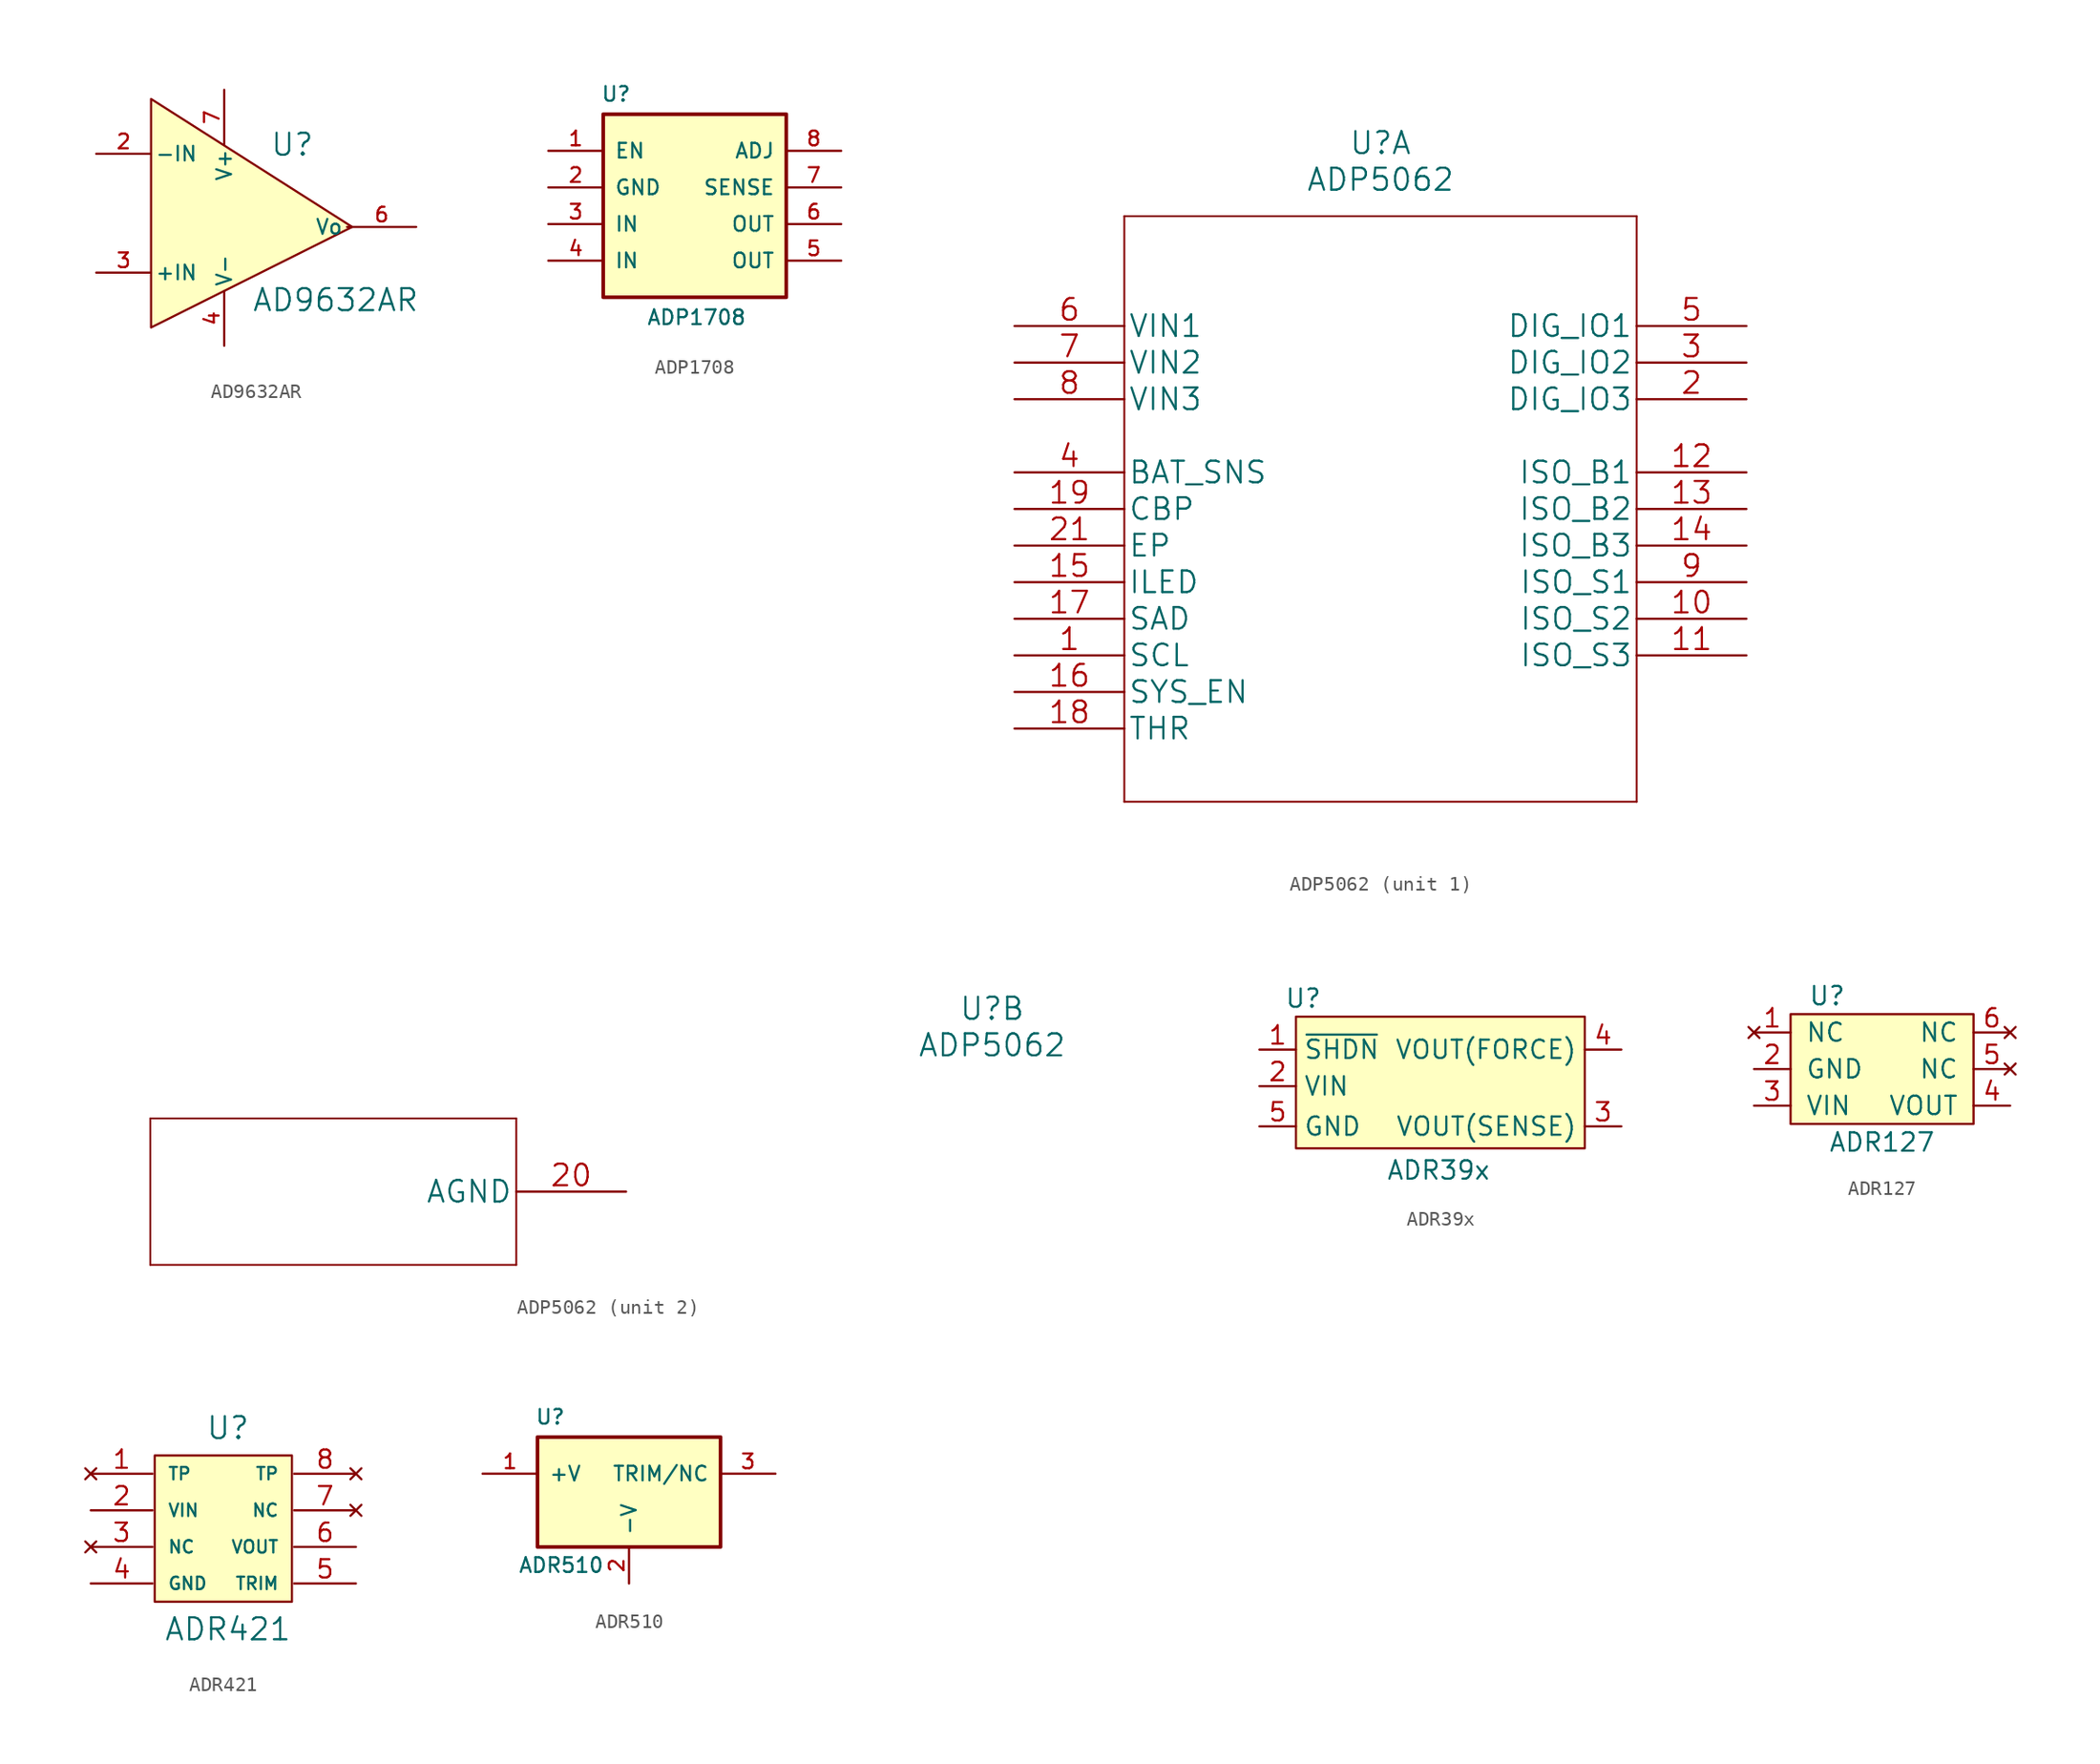
<source format=kicad_sym>
(kicad_symbol_lib
  (version 20220914)
  (generator kicad_symbol_editor)
  (symbol "AD9632AR"
    (pin_names
      (offset 0.254))
    (property "Reference" "U"
      (at 3.175 5.08 0)
      (effects (font (size 1.524 1.524)) (justify left)))
    (property "Value" "AD9632AR"
      (at 1.905 -5.715 0)
      (effects (font (size 1.524 1.524)) (justify left)))
    (property "Footprint" ""
      (at 2.54 -0.635 0)
      (effects (font (size 1.524 1.524))))
    (property "Datasheet" ""
      (at 2.54 -0.635 0)
      (effects (font (size 1.524 1.524))))
    (symbol "AD9632AR_0_1"
      (polyline (pts (xy -5.08 8.255) (xy 8.89 -0.635) (xy -5.08 -7.62) (xy -5.08 -0.635) (xy -5.08 8.255)) (stroke (width 0.152) (type solid)) (fill (type background)))
      (pin input line (at -8.89 4.445 0) (length 3.81) (name "-IN" (effects (font (size 1.016 1.016)))) (number "2" (effects (font (size 1.016 1.016)))))
      (pin input line (at -8.89 -3.81 0) (length 3.81) (name "+IN" (effects (font (size 1.016 1.016)))) (number "3" (effects (font (size 1.016 1.016)))))
      (pin passive line (at 0 -8.89 90) (length 3.81) (name "V-" (effects (font (size 1.016 1.016)))) (number "4" (effects (font (size 1.016 1.016)))))
      (pin input line (at 13.335 -0.635 180) (length 4.801) (name "Vo" (effects (font (size 1.016 1.016)))) (number "6" (effects (font (size 1.016 1.016)))))
      (pin passive line (at 0 8.89 270) (length 3.81) (name "V+" (effects (font (size 1.016 1.016)))) (number "7" (effects (font (size 1.016 1.016)))))))
  (symbol "ADP1708"
    (pin_names
      (offset 0.762))
    (property "Reference" "U"
      (at -5.461 5.207 0)
      (effects (font (size 1.016 1.016))))
    (property "Value" "ADP1708"
      (at 0.127 -10.287 0)
      (effects (font (size 1.016 1.016))))
    (property "Footprint" ""
      (at 0 0 0)
      (effects (font (size 1.524 1.524))))
    (property "Datasheet" ""
      (at 0 0 0)
      (effects (font (size 1.524 1.524))))
    (symbol "ADP1708_0_1"
      (rectangle (start -6.35 -8.89) (end 6.35 3.81) (stroke (width 0.254) (type solid)) (fill (type background))))
    (symbol "ADP1708_1_1"
      (pin power_in line (at -10.16 1.27 0) (length 3.81) (name "EN" (effects (font (size 1.016 1.016)))) (number "1" (effects (font (size 1.016 1.016)))))
      (pin power_out line (at -10.16 -1.27 0) (length 3.81) (name "GND" (effects (font (size 1.016 1.016)))) (number "2" (effects (font (size 1.016 1.016)))))
      (pin power_in line (at -10.16 -3.81 0) (length 3.81) (name "IN" (effects (font (size 1.016 1.016)))) (number "3" (effects (font (size 1.016 1.016)))))
      (pin power_in line (at -10.16 -6.35 0) (length 3.81) (name "IN" (effects (font (size 1.016 1.016)))) (number "4" (effects (font (size 1.016 1.016)))))
      (pin power_out line (at 10.16 -6.35 180) (length 3.81) (name "OUT" (effects (font (size 1.016 1.016)))) (number "5" (effects (font (size 1.016 1.016)))))
      (pin power_out line (at 10.16 -3.81 180) (length 3.81) (name "OUT" (effects (font (size 1.016 1.016)))) (number "6" (effects (font (size 1.016 1.016)))))
      (pin input line (at 10.16 -1.27 180) (length 3.81) (name "SENSE" (effects (font (size 1.016 1.016)))) (number "7" (effects (font (size 1.016 1.016)))))
      (pin power_out line (at 10.16 1.27 180) (length 3.81) (name "ADJ" (effects (font (size 1.016 1.016)))) (number "8" (effects (font (size 1.016 1.016)))))))
  (symbol "ADP5062"
    (pin_names
      (offset 0.254))
    (property "Reference" "U"
      (at 25.4 12.7 0)
      (effects (font (size 1.524 1.524))))
    (property "Value" "ADP5062"
      (at 25.4 10.16 0)
      (effects (font (size 1.524 1.524))))
    (property "Datasheet" ""
      (at 0 0 0)
      (effects (font (size 1.524 1.524))))
    (symbol "ADP5062_1_0"
      (polyline (pts (xy 7.62 -33.02) (xy 43.18 -33.02)) (stroke (width 0.127) (type solid)) (fill (type none)))
      (polyline (pts (xy 7.62 7.62) (xy 7.62 -33.02)) (stroke (width 0.127) (type solid)) (fill (type none)))
      (polyline (pts (xy 43.18 -33.02) (xy 43.18 7.62)) (stroke (width 0.127) (type solid)) (fill (type none)))
      (polyline (pts (xy 43.18 7.62) (xy 7.62 7.62)) (stroke (width 0.127) (type solid)) (fill (type none)))
      (pin unspecified line (at 0 -22.86 0) (length 7.62) (name "SCL" (effects (font (size 1.499 1.499)))) (number "1" (effects (font (size 1.499 1.499)))))
      (pin unspecified line (at 50.8 -20.32 180) (length 7.62) (name "ISO_S2" (effects (font (size 1.499 1.499)))) (number "10" (effects (font (size 1.499 1.499)))))
      (pin unspecified line (at 50.8 -22.86 180) (length 7.62) (name "ISO_S3" (effects (font (size 1.499 1.499)))) (number "11" (effects (font (size 1.499 1.499)))))
      (pin unspecified line (at 50.8 -10.16 180) (length 7.62) (name "ISO_B1" (effects (font (size 1.499 1.499)))) (number "12" (effects (font (size 1.499 1.499)))))
      (pin unspecified line (at 50.8 -12.7 180) (length 7.62) (name "ISO_B2" (effects (font (size 1.499 1.499)))) (number "13" (effects (font (size 1.499 1.499)))))
      (pin unspecified line (at 50.8 -15.24 180) (length 7.62) (name "ISO_B3" (effects (font (size 1.499 1.499)))) (number "14" (effects (font (size 1.499 1.499)))))
      (pin unspecified line (at 0 -17.78 0) (length 7.62) (name "ILED" (effects (font (size 1.499 1.499)))) (number "15" (effects (font (size 1.499 1.499)))))
      (pin unspecified line (at 0 -25.4 0) (length 7.62) (name "SYS_EN" (effects (font (size 1.499 1.499)))) (number "16" (effects (font (size 1.499 1.499)))))
      (pin unspecified line (at 0 -20.32 0) (length 7.62) (name "SAD" (effects (font (size 1.499 1.499)))) (number "17" (effects (font (size 1.499 1.499)))))
      (pin unspecified line (at 0 -27.94 0) (length 7.62) (name "THR" (effects (font (size 1.499 1.499)))) (number "18" (effects (font (size 1.499 1.499)))))
      (pin unspecified line (at 0 -12.7 0) (length 7.62) (name "CBP" (effects (font (size 1.499 1.499)))) (number "19" (effects (font (size 1.499 1.499)))))
      (pin unspecified line (at 50.8 -5.08 180) (length 7.62) (name "DIG_IO3" (effects (font (size 1.499 1.499)))) (number "2" (effects (font (size 1.499 1.499)))))
      (pin unspecified line (at 0 -15.24 0) (length 7.62) (name "EP" (effects (font (size 1.499 1.499)))) (number "21" (effects (font (size 1.499 1.499)))))
      (pin unspecified line (at 50.8 -2.54 180) (length 7.62) (name "DIG_IO2" (effects (font (size 1.499 1.499)))) (number "3" (effects (font (size 1.499 1.499)))))
      (pin unspecified line (at 0 -10.16 0) (length 7.62) (name "BAT_SNS" (effects (font (size 1.499 1.499)))) (number "4" (effects (font (size 1.499 1.499)))))
      (pin unspecified line (at 50.8 0 180) (length 7.62) (name "DIG_IO1" (effects (font (size 1.499 1.499)))) (number "5" (effects (font (size 1.499 1.499)))))
      (pin unspecified line (at 0 0 0) (length 7.62) (name "VIN1" (effects (font (size 1.499 1.499)))) (number "6" (effects (font (size 1.499 1.499)))))
      (pin unspecified line (at 0 -2.54 0) (length 7.62) (name "VIN2" (effects (font (size 1.499 1.499)))) (number "7" (effects (font (size 1.499 1.499)))))
      (pin unspecified line (at 0 -5.08 0) (length 7.62) (name "VIN3" (effects (font (size 1.499 1.499)))) (number "8" (effects (font (size 1.499 1.499)))))
      (pin unspecified line (at 50.8 -17.78 180) (length 7.62) (name "ISO_S1" (effects (font (size 1.499 1.499)))) (number "9" (effects (font (size 1.499 1.499))))))
    (symbol "ADP5062_2_0"
      (polyline (pts (xy -33.02 -5.08) (xy -7.62 -5.08)) (stroke (width 0.127) (type solid)) (fill (type none)))
      (polyline (pts (xy -33.02 5.08) (xy -33.02 -5.08)) (stroke (width 0.127) (type solid)) (fill (type none)))
      (polyline (pts (xy -7.62 -5.08) (xy -7.62 5.08)) (stroke (width 0.127) (type solid)) (fill (type none)))
      (polyline (pts (xy -7.62 5.08) (xy -33.02 5.08)) (stroke (width 0.127) (type solid)) (fill (type none)))
      (pin unspecified line (at 0 0 180) (length 7.62) (name "AGND" (effects (font (size 1.499 1.499)))) (number "20" (effects (font (size 1.499 1.499)))))))
  (symbol "ADR39x"
    (property "Reference" "U"
      (at -19.558 10.414 0)
      (effects (font (size 1.27 1.27))))
    (property "Value" "ADR39x"
      (at -10.16 -1.524 0)
      (effects (font (size 1.27 1.27))))
    (symbol "ADR39x_0_1"
      (rectangle (start -20.066 9.144) (end 0 0) (stroke (width 0) (type default)) (fill (type background))))
    (symbol "ADR39x_1_1"
      (pin passive line (at -22.606 6.858 0) (length 2.54) (name "~{SHDN}" (effects (font (size 1.27 1.27)))) (number "1" (effects (font (size 1.27 1.27)))))
      (pin passive line (at -22.606 4.318 0) (length 2.54) (name "VIN" (effects (font (size 1.27 1.27)))) (number "2" (effects (font (size 1.27 1.27)))))
      (pin passive line (at 2.54 1.524 180) (length 2.54) (name "VOUT(SENSE)" (effects (font (size 1.27 1.27)))) (number "3" (effects (font (size 1.27 1.27)))))
      (pin passive line (at 2.54 6.858 180) (length 2.54) (name "VOUT(FORCE)" (effects (font (size 1.27 1.27)))) (number "4" (effects (font (size 1.27 1.27)))))
      (pin passive line (at -22.606 1.524 0) (length 2.54) (name "GND" (effects (font (size 1.27 1.27)))) (number "5" (effects (font (size 1.27 1.27)))))))
  (symbol "ADR127"
    (pin_names
      (offset 1.016))
    (property "Reference" "U"
      (at -3.81 5.08 0)
      (effects (font (size 1.27 1.27))))
    (property "Value" "ADR127"
      (at 0 -5.08 0)
      (effects (font (size 1.27 1.27))))
    (symbol "ADR127_0_1"
      (rectangle (start -6.35 3.81) (end 6.35 -3.81) (stroke (width 0) (type solid)) (fill (type background))))
    (symbol "ADR127_1_1"
      (pin no_connect line (at -8.89 2.54 0) (length 2.54) (name "NC" (effects (font (size 1.27 1.27)))) (number "1" (effects (font (size 1.27 1.27)))))
      (pin passive line (at -8.89 0 0) (length 2.54) (name "GND" (effects (font (size 1.27 1.27)))) (number "2" (effects (font (size 1.27 1.27)))))
      (pin passive line (at -8.89 -2.54 0) (length 2.54) (name "VIN" (effects (font (size 1.27 1.27)))) (number "3" (effects (font (size 1.27 1.27)))))
      (pin passive line (at 8.89 -2.54 180) (length 2.54) (name "VOUT" (effects (font (size 1.27 1.27)))) (number "4" (effects (font (size 1.27 1.27)))))
      (pin no_connect line (at 8.89 0 180) (length 2.54) (name "NC" (effects (font (size 1.27 1.27)))) (number "5" (effects (font (size 1.27 1.27)))))
      (pin no_connect line (at 8.89 2.54 180) (length 2.54) (name "NC" (effects (font (size 1.27 1.27)))) (number "6" (effects (font (size 1.27 1.27)))))))
  (symbol "ADR421"
    (pin_names
      (offset 1.016))
    (property "Reference" "U"
      (at 0.635 7.62 0)
      (effects (font (size 1.524 1.524))))
    (property "Value" "ADR421"
      (at 0.635 -6.35 0)
      (effects (font (size 1.524 1.524))))
    (property "Footprint" ""
      (at -0.635 -1.905 0)
      (effects (font (size 1.524 1.524))))
    (property "Datasheet" ""
      (at -0.635 -1.905 0)
      (effects (font (size 1.524 1.524))))
    (symbol "ADR421_0_1"
      (rectangle (start -4.445 5.715) (end 5.08 -4.445) (stroke (width 0) (type solid)) (fill (type background))))
    (symbol "ADR421_1_1"
      (pin no_connect line (at -8.89 4.445 0) (length 4.293) (name "TP" (effects (font (size 0.864 0.864)))) (number "1" (effects (font (size 1.27 1.27)))))
      (pin passive line (at -8.89 1.905 0) (length 4.293) (name "VIN" (effects (font (size 0.864 0.864)))) (number "2" (effects (font (size 1.27 1.27)))))
      (pin no_connect line (at -8.89 -0.635 0) (length 4.293) (name "NC" (effects (font (size 0.864 0.864)))) (number "3" (effects (font (size 1.27 1.27)))))
      (pin passive line (at -8.89 -3.175 0) (length 4.293) (name "GND" (effects (font (size 0.864 0.864)))) (number "4" (effects (font (size 1.27 1.27)))))
      (pin passive line (at 9.525 -3.175 180) (length 4.293) (name "TRIM" (effects (font (size 0.864 0.864)))) (number "5" (effects (font (size 1.27 1.27)))))
      (pin passive line (at 9.525 -0.635 180) (length 4.293) (name "VOUT" (effects (font (size 0.864 0.864)))) (number "6" (effects (font (size 1.27 1.27)))))
      (pin no_connect line (at 9.525 1.905 180) (length 4.293) (name "NC" (effects (font (size 0.864 0.864)))) (number "7" (effects (font (size 1.27 1.27)))))
      (pin no_connect line (at 9.525 4.445 180) (length 4.293) (name "TP" (effects (font (size 0.864 0.864)))) (number "8" (effects (font (size 1.27 1.27)))))))
  (symbol "ADR510"
    (pin_names
      (offset 0.762))
    (property "Reference" "U"
      (at -5.461 5.207 0)
      (effects (font (size 1.016 1.016))))
    (property "Value" "ADR510"
      (at -4.699 -5.08 0)
      (effects (font (size 1.016 1.016))))
    (property "Footprint" ""
      (at 0 0 0)
      (effects (font (size 1.524 1.524))))
    (property "Datasheet" ""
      (at 0 0 0)
      (effects (font (size 1.524 1.524))))
    (symbol "ADR510_0_1"
      (rectangle (start -6.35 -3.81) (end 6.35 3.81) (stroke (width 0.254) (type solid)) (fill (type background))))
    (symbol "ADR510_1_1"
      (pin passive line (at -10.16 1.27 0) (length 3.81) (name "+V" (effects (font (size 1.016 1.016)))) (number "1" (effects (font (size 1.016 1.016)))))
      (pin power_out line (at 0 -6.35 90) (length 2.54) (name "-V" (effects (font (size 1.016 1.016)))) (number "2" (effects (font (size 1.016 1.016)))))
      (pin passive line (at 10.16 1.27 180) (length 3.81) (name "TRIM/NC" (effects (font (size 1.016 1.016)))) (number "3" (effects (font (size 1.016 1.016))))))))
</source>
